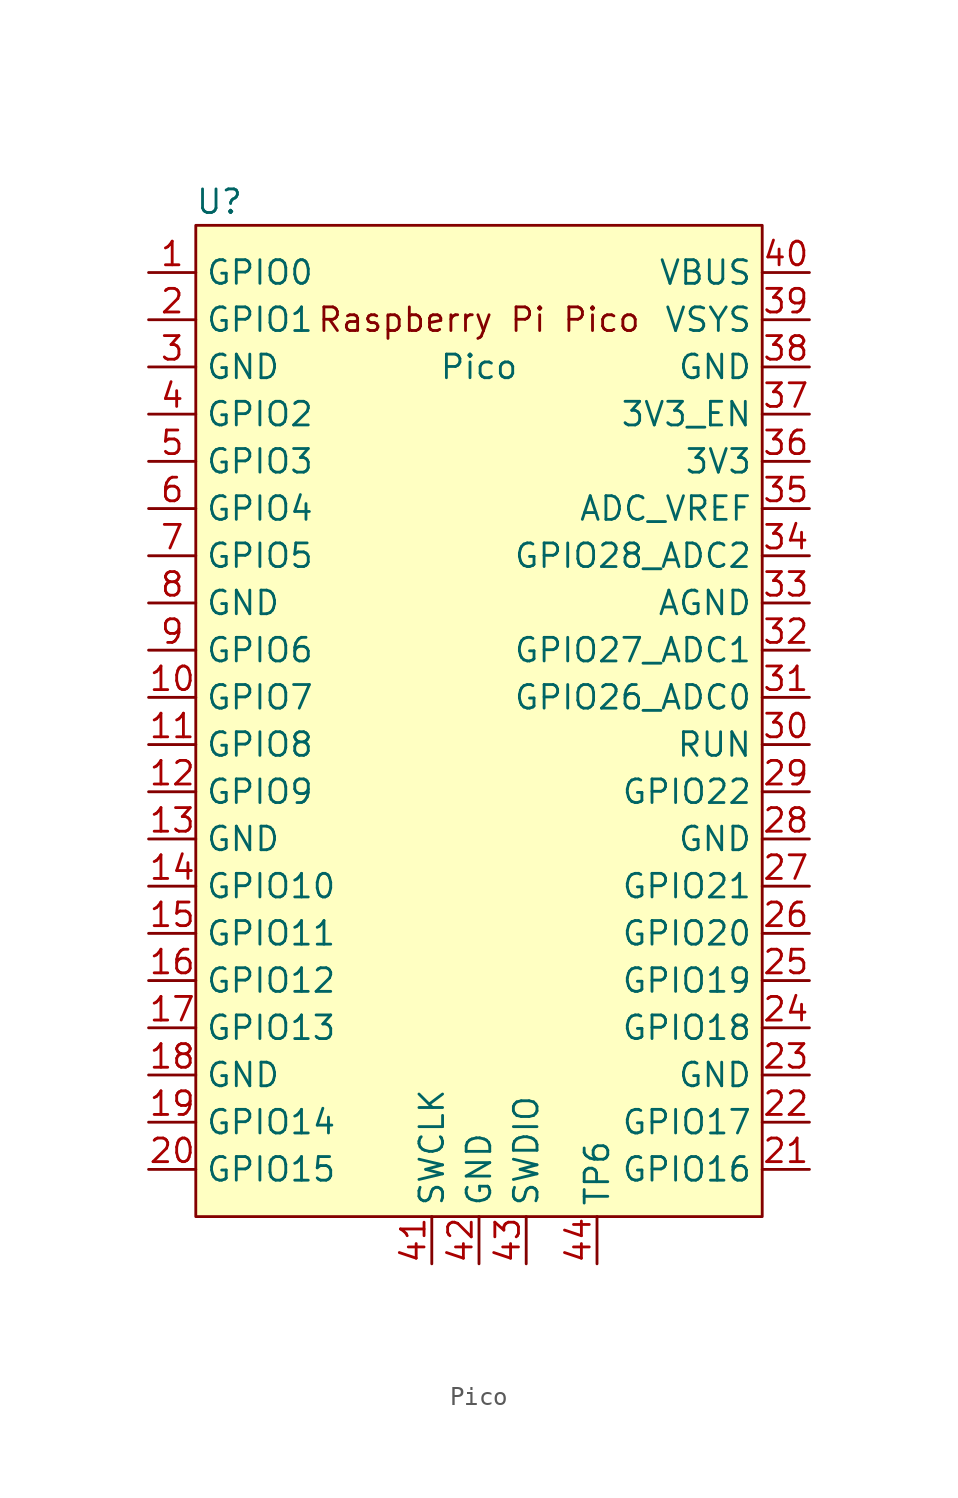
<source format=kicad_sym>
(kicad_symbol_lib
  (version 20220914)
  (generator kicad_symbol_editor)
  (symbol "Pico"
    (property "Reference" "U"
      (at -13.97 27.94 0)
      (effects (font (size 1.27 1.27))))
    (property "Value" "Pico"
      (at 0 19.05 0)
      (effects (font (size 1.27 1.27))))
    (symbol "Pico_0_0"
      (text "Raspberry Pi Pico" (at 0 21.59 0) (effects (font (size 1.27 1.27)))))
    (symbol "Pico_0_1"
      (rectangle (start -15.24 26.67) (end 15.24 -26.67) (stroke (width 0) (type default)) (fill (type background))))
    (symbol "Pico_1_1"
      (pin bidirectional line (at -17.78 24.13 0) (length 2.54) (name "GPIO0" (effects (font (size 1.27 1.27)))) (number "1" (effects (font (size 1.27 1.27)))))
      (pin bidirectional line (at -17.78 1.27 0) (length 2.54) (name "GPIO7" (effects (font (size 1.27 1.27)))) (number "10" (effects (font (size 1.27 1.27)))))
      (pin bidirectional line (at -17.78 -1.27 0) (length 2.54) (name "GPIO8" (effects (font (size 1.27 1.27)))) (number "11" (effects (font (size 1.27 1.27)))))
      (pin bidirectional line (at -17.78 -3.81 0) (length 2.54) (name "GPIO9" (effects (font (size 1.27 1.27)))) (number "12" (effects (font (size 1.27 1.27)))))
      (pin power_in line (at -17.78 -6.35 0) (length 2.54) (name "GND" (effects (font (size 1.27 1.27)))) (number "13" (effects (font (size 1.27 1.27)))))
      (pin bidirectional line (at -17.78 -8.89 0) (length 2.54) (name "GPIO10" (effects (font (size 1.27 1.27)))) (number "14" (effects (font (size 1.27 1.27)))))
      (pin bidirectional line (at -17.78 -11.43 0) (length 2.54) (name "GPIO11" (effects (font (size 1.27 1.27)))) (number "15" (effects (font (size 1.27 1.27)))))
      (pin bidirectional line (at -17.78 -13.97 0) (length 2.54) (name "GPIO12" (effects (font (size 1.27 1.27)))) (number "16" (effects (font (size 1.27 1.27)))))
      (pin bidirectional line (at -17.78 -16.51 0) (length 2.54) (name "GPIO13" (effects (font (size 1.27 1.27)))) (number "17" (effects (font (size 1.27 1.27)))))
      (pin power_in line (at -17.78 -19.05 0) (length 2.54) (name "GND" (effects (font (size 1.27 1.27)))) (number "18" (effects (font (size 1.27 1.27)))))
      (pin bidirectional line (at -17.78 -21.59 0) (length 2.54) (name "GPIO14" (effects (font (size 1.27 1.27)))) (number "19" (effects (font (size 1.27 1.27)))))
      (pin bidirectional line (at -17.78 21.59 0) (length 2.54) (name "GPIO1" (effects (font (size 1.27 1.27)))) (number "2" (effects (font (size 1.27 1.27)))))
      (pin bidirectional line (at -17.78 -24.13 0) (length 2.54) (name "GPIO15" (effects (font (size 1.27 1.27)))) (number "20" (effects (font (size 1.27 1.27)))))
      (pin bidirectional line (at 17.78 -24.13 180) (length 2.54) (name "GPIO16" (effects (font (size 1.27 1.27)))) (number "21" (effects (font (size 1.27 1.27)))))
      (pin bidirectional line (at 17.78 -21.59 180) (length 2.54) (name "GPIO17" (effects (font (size 1.27 1.27)))) (number "22" (effects (font (size 1.27 1.27)))))
      (pin power_in line (at 17.78 -19.05 180) (length 2.54) (name "GND" (effects (font (size 1.27 1.27)))) (number "23" (effects (font (size 1.27 1.27)))))
      (pin bidirectional line (at 17.78 -16.51 180) (length 2.54) (name "GPIO18" (effects (font (size 1.27 1.27)))) (number "24" (effects (font (size 1.27 1.27)))))
      (pin bidirectional line (at 17.78 -13.97 180) (length 2.54) (name "GPIO19" (effects (font (size 1.27 1.27)))) (number "25" (effects (font (size 1.27 1.27)))))
      (pin bidirectional line (at 17.78 -11.43 180) (length 2.54) (name "GPIO20" (effects (font (size 1.27 1.27)))) (number "26" (effects (font (size 1.27 1.27)))))
      (pin bidirectional line (at 17.78 -8.89 180) (length 2.54) (name "GPIO21" (effects (font (size 1.27 1.27)))) (number "27" (effects (font (size 1.27 1.27)))))
      (pin power_in line (at 17.78 -6.35 180) (length 2.54) (name "GND" (effects (font (size 1.27 1.27)))) (number "28" (effects (font (size 1.27 1.27)))))
      (pin bidirectional line (at 17.78 -3.81 180) (length 2.54) (name "GPIO22" (effects (font (size 1.27 1.27)))) (number "29" (effects (font (size 1.27 1.27)))))
      (pin power_in line (at -17.78 19.05 0) (length 2.54) (name "GND" (effects (font (size 1.27 1.27)))) (number "3" (effects (font (size 1.27 1.27)))))
      (pin input line (at 17.78 -1.27 180) (length 2.54) (name "RUN" (effects (font (size 1.27 1.27)))) (number "30" (effects (font (size 1.27 1.27)))))
      (pin bidirectional line (at 17.78 1.27 180) (length 2.54) (name "GPIO26_ADC0" (effects (font (size 1.27 1.27)))) (number "31" (effects (font (size 1.27 1.27)))))
      (pin bidirectional line (at 17.78 3.81 180) (length 2.54) (name "GPIO27_ADC1" (effects (font (size 1.27 1.27)))) (number "32" (effects (font (size 1.27 1.27)))))
      (pin power_in line (at 17.78 6.35 180) (length 2.54) (name "AGND" (effects (font (size 1.27 1.27)))) (number "33" (effects (font (size 1.27 1.27)))))
      (pin bidirectional line (at 17.78 8.89 180) (length 2.54) (name "GPIO28_ADC2" (effects (font (size 1.27 1.27)))) (number "34" (effects (font (size 1.27 1.27)))))
      (pin bidirectional line (at 17.78 11.43 180) (length 2.54) (name "ADC_VREF" (effects (font (size 1.27 1.27)))) (number "35" (effects (font (size 1.27 1.27)))))
      (pin power_in line (at 17.78 13.97 180) (length 2.54) (name "3V3" (effects (font (size 1.27 1.27)))) (number "36" (effects (font (size 1.27 1.27)))))
      (pin input line (at 17.78 16.51 180) (length 2.54) (name "3V3_EN" (effects (font (size 1.27 1.27)))) (number "37" (effects (font (size 1.27 1.27)))))
      (pin power_in line (at 17.78 19.05 180) (length 2.54) (name "GND" (effects (font (size 1.27 1.27)))) (number "38" (effects (font (size 1.27 1.27)))))
      (pin power_in line (at 17.78 21.59 180) (length 2.54) (name "VSYS" (effects (font (size 1.27 1.27)))) (number "39" (effects (font (size 1.27 1.27)))))
      (pin bidirectional line (at -17.78 16.51 0) (length 2.54) (name "GPIO2" (effects (font (size 1.27 1.27)))) (number "4" (effects (font (size 1.27 1.27)))))
      (pin power_in line (at 17.78 24.13 180) (length 2.54) (name "VBUS" (effects (font (size 1.27 1.27)))) (number "40" (effects (font (size 1.27 1.27)))))
      (pin input line (at -2.54 -29.21 90) (length 2.54) (name "SWCLK" (effects (font (size 1.27 1.27)))) (number "41" (effects (font (size 1.27 1.27)))))
      (pin power_in line (at 0 -29.21 90) (length 2.54) (name "GND" (effects (font (size 1.27 1.27)))) (number "42" (effects (font (size 1.27 1.27)))))
      (pin bidirectional line (at 2.54 -29.21 90) (length 2.54) (name "SWDIO" (effects (font (size 1.27 1.27)))) (number "43" (effects (font (size 1.27 1.27)))))
      (pin bidirectional line (at 6.35 -29.21 90) (length 2.54) (name "TP6" (effects (font (size 1.27 1.27)))) (number "44" (effects (font (size 1.27 1.27)))))
      (pin bidirectional line (at -17.78 13.97 0) (length 2.54) (name "GPIO3" (effects (font (size 1.27 1.27)))) (number "5" (effects (font (size 1.27 1.27)))))
      (pin bidirectional line (at -17.78 11.43 0) (length 2.54) (name "GPIO4" (effects (font (size 1.27 1.27)))) (number "6" (effects (font (size 1.27 1.27)))))
      (pin bidirectional line (at -17.78 8.89 0) (length 2.54) (name "GPIO5" (effects (font (size 1.27 1.27)))) (number "7" (effects (font (size 1.27 1.27)))))
      (pin power_in line (at -17.78 6.35 0) (length 2.54) (name "GND" (effects (font (size 1.27 1.27)))) (number "8" (effects (font (size 1.27 1.27)))))
      (pin bidirectional line (at -17.78 3.81 0) (length 2.54) (name "GPIO6" (effects (font (size 1.27 1.27)))) (number "9" (effects (font (size 1.27 1.27))))))))
</source>
